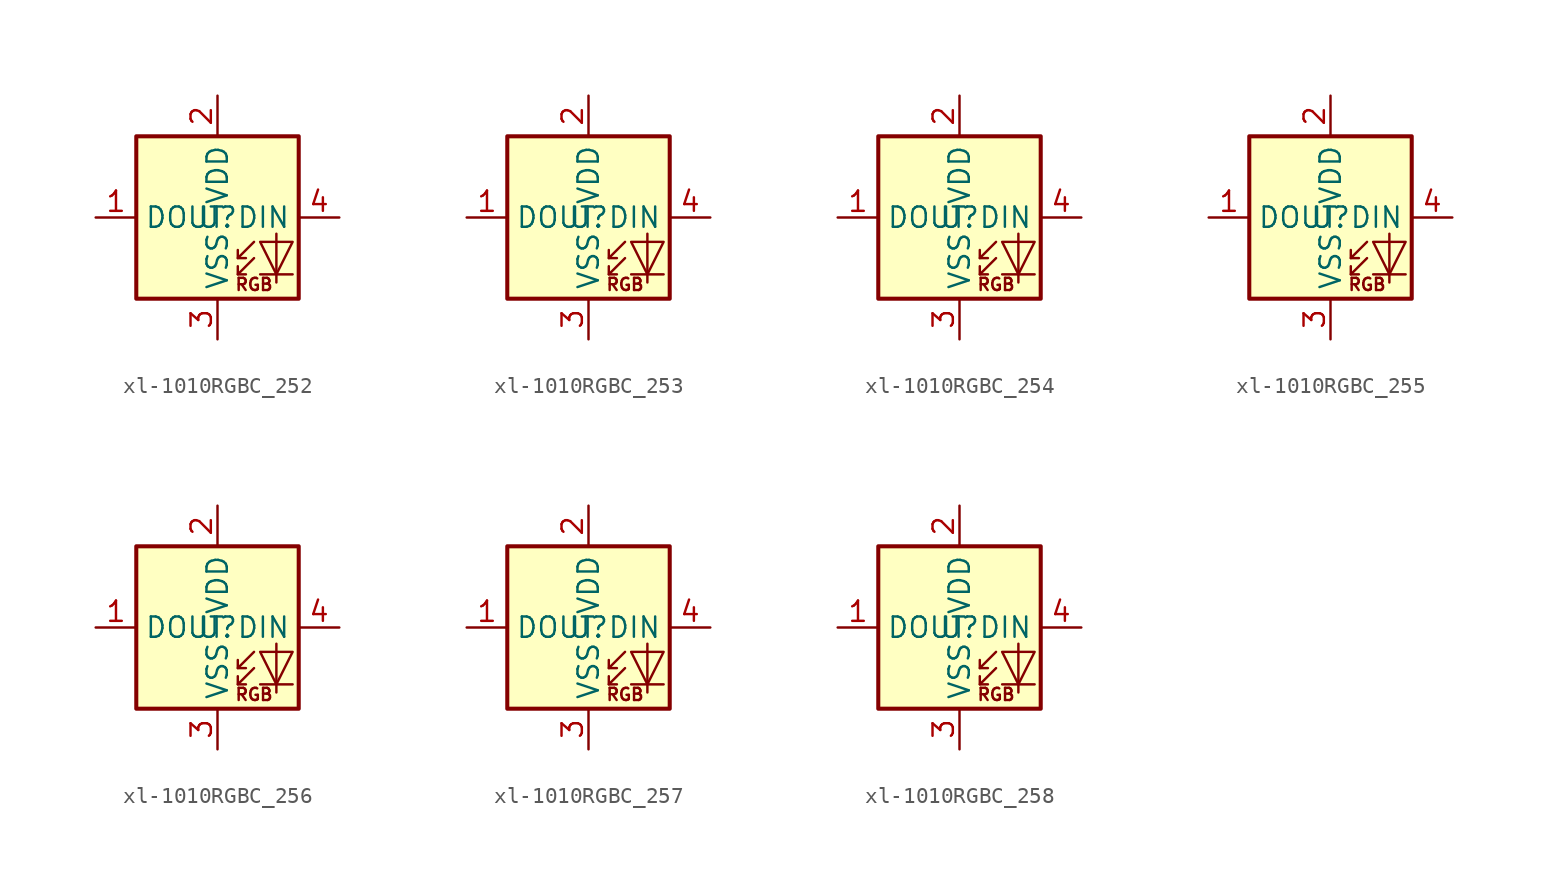
<source format=kicad_sym>
(kicad_symbol_lib
  (version 20231120)
  (generator "kicad_symbol_editor")
  (generator_version "8.0")
  (symbol "xl-1010RGBC_252"
    (property "Reference" "U"
      (at 0 0 0)
      (effects (font (size 1.27 1.27))))
    (property "Value" ""
      (at 0 0 0)
      (effects (font (size 1.27 1.27))))
    (symbol "xl-1010RGBC_252_0_0"
      (text "RGB" (at 2.286 -4.191 0) (effects (font (size 0.762 0.762)))))
    (symbol "xl-1010RGBC_252_0_1"
      (polyline (pts (xy 1.27 -3.556) (xy 1.778 -3.556)) (stroke (width 0) (type default)) (fill (type none)))
      (polyline (pts (xy 1.27 -2.54) (xy 1.778 -2.54)) (stroke (width 0) (type default)) (fill (type none)))
      (polyline (pts (xy 4.699 -3.556) (xy 2.667 -3.556)) (stroke (width 0) (type default)) (fill (type none)))
      (polyline (pts (xy 2.286 -2.54) (xy 1.27 -3.556) (xy 1.27 -3.048)) (stroke (width 0) (type default)) (fill (type none)))
      (polyline (pts (xy 2.286 -1.524) (xy 1.27 -2.54) (xy 1.27 -2.032)) (stroke (width 0) (type default)) (fill (type none)))
      (polyline (pts (xy 3.683 -1.016) (xy 3.683 -3.556) (xy 3.683 -4.064)) (stroke (width 0) (type default)) (fill (type none)))
      (polyline (pts (xy 4.699 -1.524) (xy 2.667 -1.524) (xy 3.683 -3.556) (xy 4.699 -1.524)) (stroke (width 0) (type default)) (fill (type none)))
      (rectangle (start 5.08 5.08) (end -5.08 -5.08) (stroke (width 0.254) (type default)) (fill (type background))))
    (symbol "xl-1010RGBC_252_1_1"
      (pin output line (at -7.62 0 0) (length 2.54) (name "DOUT" (effects (font (size 1.27 1.27)))) (number "1" (effects (font (size 1.27 1.27)))))
      (pin power_in line (at 0 7.62 270) (length 2.54) (name "VDD" (effects (font (size 1.27 1.27)))) (number "2" (effects (font (size 1.27 1.27)))))
      (pin power_in line (at 0 -7.62 90) (length 2.54) (name "VSS" (effects (font (size 1.27 1.27)))) (number "3" (effects (font (size 1.27 1.27)))))
      (pin input line (at 7.62 0 180) (length 2.54) (name "DIN" (effects (font (size 1.27 1.27)))) (number "4" (effects (font (size 1.27 1.27)))))))
  (symbol "xl-1010RGBC_253"
    (property "Reference" "U"
      (at 0 0 0)
      (effects (font (size 1.27 1.27))))
    (property "Value" ""
      (at 0 0 0)
      (effects (font (size 1.27 1.27))))
    (symbol "xl-1010RGBC_253_0_0"
      (text "RGB" (at 2.286 -4.191 0) (effects (font (size 0.762 0.762)))))
    (symbol "xl-1010RGBC_253_0_1"
      (polyline (pts (xy 1.27 -3.556) (xy 1.778 -3.556)) (stroke (width 0) (type default)) (fill (type none)))
      (polyline (pts (xy 1.27 -2.54) (xy 1.778 -2.54)) (stroke (width 0) (type default)) (fill (type none)))
      (polyline (pts (xy 4.699 -3.556) (xy 2.667 -3.556)) (stroke (width 0) (type default)) (fill (type none)))
      (polyline (pts (xy 2.286 -2.54) (xy 1.27 -3.556) (xy 1.27 -3.048)) (stroke (width 0) (type default)) (fill (type none)))
      (polyline (pts (xy 2.286 -1.524) (xy 1.27 -2.54) (xy 1.27 -2.032)) (stroke (width 0) (type default)) (fill (type none)))
      (polyline (pts (xy 3.683 -1.016) (xy 3.683 -3.556) (xy 3.683 -4.064)) (stroke (width 0) (type default)) (fill (type none)))
      (polyline (pts (xy 4.699 -1.524) (xy 2.667 -1.524) (xy 3.683 -3.556) (xy 4.699 -1.524)) (stroke (width 0) (type default)) (fill (type none)))
      (rectangle (start 5.08 5.08) (end -5.08 -5.08) (stroke (width 0.254) (type default)) (fill (type background))))
    (symbol "xl-1010RGBC_253_1_1"
      (pin output line (at -7.62 0 0) (length 2.54) (name "DOUT" (effects (font (size 1.27 1.27)))) (number "1" (effects (font (size 1.27 1.27)))))
      (pin power_in line (at 0 7.62 270) (length 2.54) (name "VDD" (effects (font (size 1.27 1.27)))) (number "2" (effects (font (size 1.27 1.27)))))
      (pin power_in line (at 0 -7.62 90) (length 2.54) (name "VSS" (effects (font (size 1.27 1.27)))) (number "3" (effects (font (size 1.27 1.27)))))
      (pin input line (at 7.62 0 180) (length 2.54) (name "DIN" (effects (font (size 1.27 1.27)))) (number "4" (effects (font (size 1.27 1.27)))))))
  (symbol "xl-1010RGBC_254"
    (property "Reference" "U"
      (at 0 0 0)
      (effects (font (size 1.27 1.27))))
    (property "Value" ""
      (at 0 0 0)
      (effects (font (size 1.27 1.27))))
    (symbol "xl-1010RGBC_254_0_0"
      (text "RGB" (at 2.286 -4.191 0) (effects (font (size 0.762 0.762)))))
    (symbol "xl-1010RGBC_254_0_1"
      (polyline (pts (xy 1.27 -3.556) (xy 1.778 -3.556)) (stroke (width 0) (type default)) (fill (type none)))
      (polyline (pts (xy 1.27 -2.54) (xy 1.778 -2.54)) (stroke (width 0) (type default)) (fill (type none)))
      (polyline (pts (xy 4.699 -3.556) (xy 2.667 -3.556)) (stroke (width 0) (type default)) (fill (type none)))
      (polyline (pts (xy 2.286 -2.54) (xy 1.27 -3.556) (xy 1.27 -3.048)) (stroke (width 0) (type default)) (fill (type none)))
      (polyline (pts (xy 2.286 -1.524) (xy 1.27 -2.54) (xy 1.27 -2.032)) (stroke (width 0) (type default)) (fill (type none)))
      (polyline (pts (xy 3.683 -1.016) (xy 3.683 -3.556) (xy 3.683 -4.064)) (stroke (width 0) (type default)) (fill (type none)))
      (polyline (pts (xy 4.699 -1.524) (xy 2.667 -1.524) (xy 3.683 -3.556) (xy 4.699 -1.524)) (stroke (width 0) (type default)) (fill (type none)))
      (rectangle (start 5.08 5.08) (end -5.08 -5.08) (stroke (width 0.254) (type default)) (fill (type background))))
    (symbol "xl-1010RGBC_254_1_1"
      (pin output line (at -7.62 0 0) (length 2.54) (name "DOUT" (effects (font (size 1.27 1.27)))) (number "1" (effects (font (size 1.27 1.27)))))
      (pin power_in line (at 0 7.62 270) (length 2.54) (name "VDD" (effects (font (size 1.27 1.27)))) (number "2" (effects (font (size 1.27 1.27)))))
      (pin power_in line (at 0 -7.62 90) (length 2.54) (name "VSS" (effects (font (size 1.27 1.27)))) (number "3" (effects (font (size 1.27 1.27)))))
      (pin input line (at 7.62 0 180) (length 2.54) (name "DIN" (effects (font (size 1.27 1.27)))) (number "4" (effects (font (size 1.27 1.27)))))))
  (symbol "xl-1010RGBC_255"
    (property "Reference" "U"
      (at 0 0 0)
      (effects (font (size 1.27 1.27))))
    (property "Value" ""
      (at 0 0 0)
      (effects (font (size 1.27 1.27))))
    (symbol "xl-1010RGBC_255_0_0"
      (text "RGB" (at 2.286 -4.191 0) (effects (font (size 0.762 0.762)))))
    (symbol "xl-1010RGBC_255_0_1"
      (polyline (pts (xy 1.27 -3.556) (xy 1.778 -3.556)) (stroke (width 0) (type default)) (fill (type none)))
      (polyline (pts (xy 1.27 -2.54) (xy 1.778 -2.54)) (stroke (width 0) (type default)) (fill (type none)))
      (polyline (pts (xy 4.699 -3.556) (xy 2.667 -3.556)) (stroke (width 0) (type default)) (fill (type none)))
      (polyline (pts (xy 2.286 -2.54) (xy 1.27 -3.556) (xy 1.27 -3.048)) (stroke (width 0) (type default)) (fill (type none)))
      (polyline (pts (xy 2.286 -1.524) (xy 1.27 -2.54) (xy 1.27 -2.032)) (stroke (width 0) (type default)) (fill (type none)))
      (polyline (pts (xy 3.683 -1.016) (xy 3.683 -3.556) (xy 3.683 -4.064)) (stroke (width 0) (type default)) (fill (type none)))
      (polyline (pts (xy 4.699 -1.524) (xy 2.667 -1.524) (xy 3.683 -3.556) (xy 4.699 -1.524)) (stroke (width 0) (type default)) (fill (type none)))
      (rectangle (start 5.08 5.08) (end -5.08 -5.08) (stroke (width 0.254) (type default)) (fill (type background))))
    (symbol "xl-1010RGBC_255_1_1"
      (pin output line (at -7.62 0 0) (length 2.54) (name "DOUT" (effects (font (size 1.27 1.27)))) (number "1" (effects (font (size 1.27 1.27)))))
      (pin power_in line (at 0 7.62 270) (length 2.54) (name "VDD" (effects (font (size 1.27 1.27)))) (number "2" (effects (font (size 1.27 1.27)))))
      (pin power_in line (at 0 -7.62 90) (length 2.54) (name "VSS" (effects (font (size 1.27 1.27)))) (number "3" (effects (font (size 1.27 1.27)))))
      (pin input line (at 7.62 0 180) (length 2.54) (name "DIN" (effects (font (size 1.27 1.27)))) (number "4" (effects (font (size 1.27 1.27)))))))
  (symbol "xl-1010RGBC_256"
    (property "Reference" "U"
      (at 0 0 0)
      (effects (font (size 1.27 1.27))))
    (property "Value" ""
      (at 0 0 0)
      (effects (font (size 1.27 1.27))))
    (symbol "xl-1010RGBC_256_0_0"
      (text "RGB" (at 2.286 -4.191 0) (effects (font (size 0.762 0.762)))))
    (symbol "xl-1010RGBC_256_0_1"
      (polyline (pts (xy 1.27 -3.556) (xy 1.778 -3.556)) (stroke (width 0) (type default)) (fill (type none)))
      (polyline (pts (xy 1.27 -2.54) (xy 1.778 -2.54)) (stroke (width 0) (type default)) (fill (type none)))
      (polyline (pts (xy 4.699 -3.556) (xy 2.667 -3.556)) (stroke (width 0) (type default)) (fill (type none)))
      (polyline (pts (xy 2.286 -2.54) (xy 1.27 -3.556) (xy 1.27 -3.048)) (stroke (width 0) (type default)) (fill (type none)))
      (polyline (pts (xy 2.286 -1.524) (xy 1.27 -2.54) (xy 1.27 -2.032)) (stroke (width 0) (type default)) (fill (type none)))
      (polyline (pts (xy 3.683 -1.016) (xy 3.683 -3.556) (xy 3.683 -4.064)) (stroke (width 0) (type default)) (fill (type none)))
      (polyline (pts (xy 4.699 -1.524) (xy 2.667 -1.524) (xy 3.683 -3.556) (xy 4.699 -1.524)) (stroke (width 0) (type default)) (fill (type none)))
      (rectangle (start 5.08 5.08) (end -5.08 -5.08) (stroke (width 0.254) (type default)) (fill (type background))))
    (symbol "xl-1010RGBC_256_1_1"
      (pin output line (at -7.62 0 0) (length 2.54) (name "DOUT" (effects (font (size 1.27 1.27)))) (number "1" (effects (font (size 1.27 1.27)))))
      (pin power_in line (at 0 7.62 270) (length 2.54) (name "VDD" (effects (font (size 1.27 1.27)))) (number "2" (effects (font (size 1.27 1.27)))))
      (pin power_in line (at 0 -7.62 90) (length 2.54) (name "VSS" (effects (font (size 1.27 1.27)))) (number "3" (effects (font (size 1.27 1.27)))))
      (pin input line (at 7.62 0 180) (length 2.54) (name "DIN" (effects (font (size 1.27 1.27)))) (number "4" (effects (font (size 1.27 1.27)))))))
  (symbol "xl-1010RGBC_257"
    (property "Reference" "U"
      (at 0 0 0)
      (effects (font (size 1.27 1.27))))
    (property "Value" ""
      (at 0 0 0)
      (effects (font (size 1.27 1.27))))
    (symbol "xl-1010RGBC_257_0_0"
      (text "RGB" (at 2.286 -4.191 0) (effects (font (size 0.762 0.762)))))
    (symbol "xl-1010RGBC_257_0_1"
      (polyline (pts (xy 1.27 -3.556) (xy 1.778 -3.556)) (stroke (width 0) (type default)) (fill (type none)))
      (polyline (pts (xy 1.27 -2.54) (xy 1.778 -2.54)) (stroke (width 0) (type default)) (fill (type none)))
      (polyline (pts (xy 4.699 -3.556) (xy 2.667 -3.556)) (stroke (width 0) (type default)) (fill (type none)))
      (polyline (pts (xy 2.286 -2.54) (xy 1.27 -3.556) (xy 1.27 -3.048)) (stroke (width 0) (type default)) (fill (type none)))
      (polyline (pts (xy 2.286 -1.524) (xy 1.27 -2.54) (xy 1.27 -2.032)) (stroke (width 0) (type default)) (fill (type none)))
      (polyline (pts (xy 3.683 -1.016) (xy 3.683 -3.556) (xy 3.683 -4.064)) (stroke (width 0) (type default)) (fill (type none)))
      (polyline (pts (xy 4.699 -1.524) (xy 2.667 -1.524) (xy 3.683 -3.556) (xy 4.699 -1.524)) (stroke (width 0) (type default)) (fill (type none)))
      (rectangle (start 5.08 5.08) (end -5.08 -5.08) (stroke (width 0.254) (type default)) (fill (type background))))
    (symbol "xl-1010RGBC_257_1_1"
      (pin output line (at -7.62 0 0) (length 2.54) (name "DOUT" (effects (font (size 1.27 1.27)))) (number "1" (effects (font (size 1.27 1.27)))))
      (pin power_in line (at 0 7.62 270) (length 2.54) (name "VDD" (effects (font (size 1.27 1.27)))) (number "2" (effects (font (size 1.27 1.27)))))
      (pin power_in line (at 0 -7.62 90) (length 2.54) (name "VSS" (effects (font (size 1.27 1.27)))) (number "3" (effects (font (size 1.27 1.27)))))
      (pin input line (at 7.62 0 180) (length 2.54) (name "DIN" (effects (font (size 1.27 1.27)))) (number "4" (effects (font (size 1.27 1.27)))))))
  (symbol "xl-1010RGBC_258"
    (property "Reference" "U"
      (at 0 0 0)
      (effects (font (size 1.27 1.27))))
    (property "Value" ""
      (at 0 0 0)
      (effects (font (size 1.27 1.27))))
    (symbol "xl-1010RGBC_258_0_0"
      (text "RGB" (at 2.286 -4.191 0) (effects (font (size 0.762 0.762)))))
    (symbol "xl-1010RGBC_258_0_1"
      (polyline (pts (xy 1.27 -3.556) (xy 1.778 -3.556)) (stroke (width 0) (type default)) (fill (type none)))
      (polyline (pts (xy 1.27 -2.54) (xy 1.778 -2.54)) (stroke (width 0) (type default)) (fill (type none)))
      (polyline (pts (xy 4.699 -3.556) (xy 2.667 -3.556)) (stroke (width 0) (type default)) (fill (type none)))
      (polyline (pts (xy 2.286 -2.54) (xy 1.27 -3.556) (xy 1.27 -3.048)) (stroke (width 0) (type default)) (fill (type none)))
      (polyline (pts (xy 2.286 -1.524) (xy 1.27 -2.54) (xy 1.27 -2.032)) (stroke (width 0) (type default)) (fill (type none)))
      (polyline (pts (xy 3.683 -1.016) (xy 3.683 -3.556) (xy 3.683 -4.064)) (stroke (width 0) (type default)) (fill (type none)))
      (polyline (pts (xy 4.699 -1.524) (xy 2.667 -1.524) (xy 3.683 -3.556) (xy 4.699 -1.524)) (stroke (width 0) (type default)) (fill (type none)))
      (rectangle (start 5.08 5.08) (end -5.08 -5.08) (stroke (width 0.254) (type default)) (fill (type background))))
    (symbol "xl-1010RGBC_258_1_1"
      (pin output line (at -7.62 0 0) (length 2.54) (name "DOUT" (effects (font (size 1.27 1.27)))) (number "1" (effects (font (size 1.27 1.27)))))
      (pin power_in line (at 0 7.62 270) (length 2.54) (name "VDD" (effects (font (size 1.27 1.27)))) (number "2" (effects (font (size 1.27 1.27)))))
      (pin power_in line (at 0 -7.62 90) (length 2.54) (name "VSS" (effects (font (size 1.27 1.27)))) (number "3" (effects (font (size 1.27 1.27)))))
      (pin input line (at 7.62 0 180) (length 2.54) (name "DIN" (effects (font (size 1.27 1.27)))) (number "4" (effects (font (size 1.27 1.27))))))))
</source>
